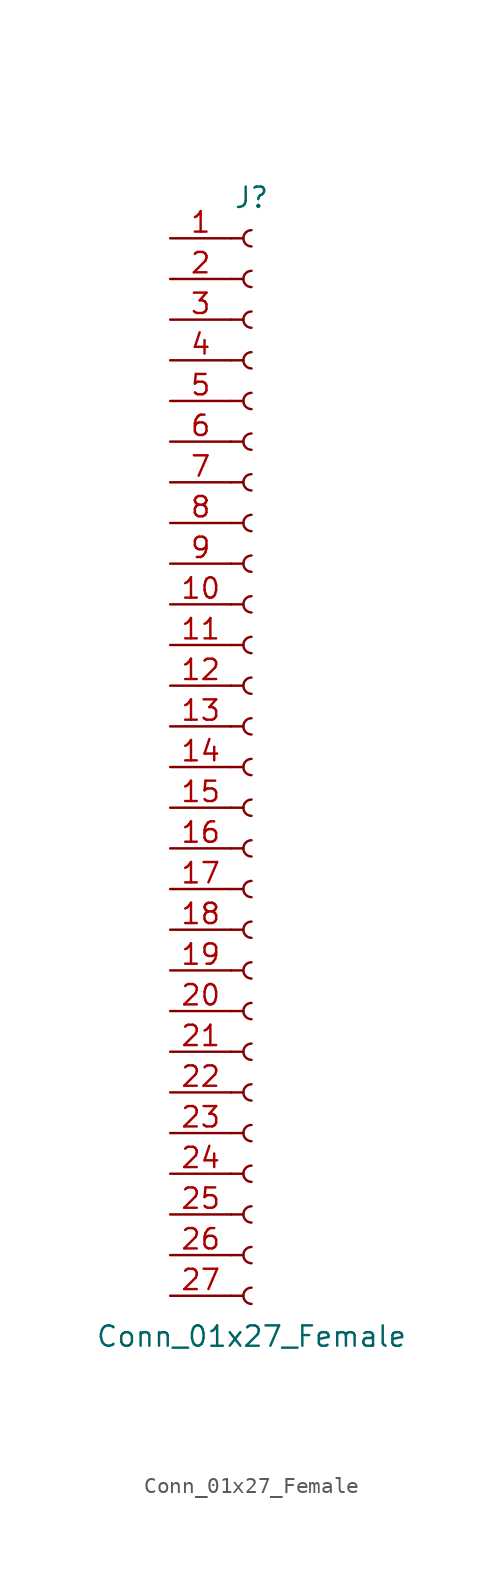
<source format=kicad_sym>
(kicad_symbol_lib
  (version 20220914)
  (generator kicad_symbol_editor)
  (symbol "Conn_01x27_Female"
    (pin_names
      (offset 1.016) hide)
    (property "Reference" "J"
      (at 0 35.56 0)
      (effects (font (size 1.27 1.27))))
    (property "Value" "Conn_01x27_Female"
      (at 0 -35.56 0)
      (effects (font (size 1.27 1.27))))
    (symbol "Conn_01x27_Female_1_1"
      (arc (start 0 -32.512) (mid -0.5058 -33.02) (end 0 -33.528) (stroke (width 0.1524) (type solid)) (fill (type none)))
      (arc (start 0 -29.972) (mid -0.5058 -30.48) (end 0 -30.988) (stroke (width 0.1524) (type solid)) (fill (type none)))
      (arc (start 0 -27.432) (mid -0.5058 -27.94) (end 0 -28.448) (stroke (width 0.1524) (type solid)) (fill (type none)))
      (arc (start 0 -24.892) (mid -0.5058 -25.4) (end 0 -25.908) (stroke (width 0.1524) (type solid)) (fill (type none)))
      (arc (start 0 -22.352) (mid -0.5058 -22.86) (end 0 -23.368) (stroke (width 0.1524) (type solid)) (fill (type none)))
      (arc (start 0 -19.812) (mid -0.5058 -20.32) (end 0 -20.828) (stroke (width 0.1524) (type solid)) (fill (type none)))
      (arc (start 0 -17.272) (mid -0.5058 -17.78) (end 0 -18.288) (stroke (width 0.1524) (type solid)) (fill (type none)))
      (arc (start 0 -14.732) (mid -0.5058 -15.24) (end 0 -15.748) (stroke (width 0.1524) (type solid)) (fill (type none)))
      (arc (start 0 -12.192) (mid -0.5058 -12.7) (end 0 -13.208) (stroke (width 0.1524) (type solid)) (fill (type none)))
      (arc (start 0 -9.652) (mid -0.5058 -10.16) (end 0 -10.668) (stroke (width 0.1524) (type solid)) (fill (type none)))
      (arc (start 0 -7.112) (mid -0.5058 -7.62) (end 0 -8.128) (stroke (width 0.1524) (type solid)) (fill (type none)))
      (arc (start 0 -4.572) (mid -0.5058 -5.08) (end 0 -5.588) (stroke (width 0.1524) (type solid)) (fill (type none)))
      (arc (start 0 -2.032) (mid -0.5058 -2.54) (end 0 -3.048) (stroke (width 0.1524) (type solid)) (fill (type none)))
      (polyline (pts (xy -1.27 -33.02) (xy -0.508 -33.02)) (stroke (width 0.152) (type solid)) (fill (type none)))
      (polyline (pts (xy -1.27 -30.48) (xy -0.508 -30.48)) (stroke (width 0.152) (type solid)) (fill (type none)))
      (polyline (pts (xy -1.27 -27.94) (xy -0.508 -27.94)) (stroke (width 0.152) (type solid)) (fill (type none)))
      (polyline (pts (xy -1.27 -25.4) (xy -0.508 -25.4)) (stroke (width 0.152) (type solid)) (fill (type none)))
      (polyline (pts (xy -1.27 -22.86) (xy -0.508 -22.86)) (stroke (width 0.152) (type solid)) (fill (type none)))
      (polyline (pts (xy -1.27 -20.32) (xy -0.508 -20.32)) (stroke (width 0.152) (type solid)) (fill (type none)))
      (polyline (pts (xy -1.27 -17.78) (xy -0.508 -17.78)) (stroke (width 0.152) (type solid)) (fill (type none)))
      (polyline (pts (xy -1.27 -15.24) (xy -0.508 -15.24)) (stroke (width 0.152) (type solid)) (fill (type none)))
      (polyline (pts (xy -1.27 -12.7) (xy -0.508 -12.7)) (stroke (width 0.152) (type solid)) (fill (type none)))
      (polyline (pts (xy -1.27 -10.16) (xy -0.508 -10.16)) (stroke (width 0.152) (type solid)) (fill (type none)))
      (polyline (pts (xy -1.27 -7.62) (xy -0.508 -7.62)) (stroke (width 0.152) (type solid)) (fill (type none)))
      (polyline (pts (xy -1.27 -5.08) (xy -0.508 -5.08)) (stroke (width 0.152) (type solid)) (fill (type none)))
      (polyline (pts (xy -1.27 -2.54) (xy -0.508 -2.54)) (stroke (width 0.152) (type solid)) (fill (type none)))
      (polyline (pts (xy -1.27 0) (xy -0.508 0)) (stroke (width 0.152) (type solid)) (fill (type none)))
      (polyline (pts (xy -1.27 2.54) (xy -0.508 2.54)) (stroke (width 0.152) (type solid)) (fill (type none)))
      (polyline (pts (xy -1.27 5.08) (xy -0.508 5.08)) (stroke (width 0.152) (type solid)) (fill (type none)))
      (polyline (pts (xy -1.27 7.62) (xy -0.508 7.62)) (stroke (width 0.152) (type solid)) (fill (type none)))
      (polyline (pts (xy -1.27 10.16) (xy -0.508 10.16)) (stroke (width 0.152) (type solid)) (fill (type none)))
      (polyline (pts (xy -1.27 12.7) (xy -0.508 12.7)) (stroke (width 0.152) (type solid)) (fill (type none)))
      (polyline (pts (xy -1.27 15.24) (xy -0.508 15.24)) (stroke (width 0.152) (type solid)) (fill (type none)))
      (polyline (pts (xy -1.27 17.78) (xy -0.508 17.78)) (stroke (width 0.152) (type solid)) (fill (type none)))
      (polyline (pts (xy -1.27 20.32) (xy -0.508 20.32)) (stroke (width 0.152) (type solid)) (fill (type none)))
      (polyline (pts (xy -1.27 22.86) (xy -0.508 22.86)) (stroke (width 0.152) (type solid)) (fill (type none)))
      (polyline (pts (xy -1.27 25.4) (xy -0.508 25.4)) (stroke (width 0.152) (type solid)) (fill (type none)))
      (polyline (pts (xy -1.27 27.94) (xy -0.508 27.94)) (stroke (width 0.152) (type solid)) (fill (type none)))
      (polyline (pts (xy -1.27 30.48) (xy -0.508 30.48)) (stroke (width 0.152) (type solid)) (fill (type none)))
      (polyline (pts (xy -1.27 33.02) (xy -0.508 33.02)) (stroke (width 0.152) (type solid)) (fill (type none)))
      (arc (start 0 0.508) (mid -0.5058 0) (end 0 -0.508) (stroke (width 0.1524) (type solid)) (fill (type none)))
      (arc (start 0 3.048) (mid -0.5058 2.54) (end 0 2.032) (stroke (width 0.1524) (type solid)) (fill (type none)))
      (arc (start 0 5.588) (mid -0.5058 5.08) (end 0 4.572) (stroke (width 0.1524) (type solid)) (fill (type none)))
      (arc (start 0 8.128) (mid -0.5058 7.62) (end 0 7.112) (stroke (width 0.1524) (type solid)) (fill (type none)))
      (arc (start 0 10.668) (mid -0.5058 10.16) (end 0 9.652) (stroke (width 0.1524) (type solid)) (fill (type none)))
      (arc (start 0 13.208) (mid -0.5058 12.7) (end 0 12.192) (stroke (width 0.1524) (type solid)) (fill (type none)))
      (arc (start 0 15.748) (mid -0.5058 15.24) (end 0 14.732) (stroke (width 0.1524) (type solid)) (fill (type none)))
      (arc (start 0 18.288) (mid -0.5058 17.78) (end 0 17.272) (stroke (width 0.1524) (type solid)) (fill (type none)))
      (arc (start 0 20.828) (mid -0.5058 20.32) (end 0 19.812) (stroke (width 0.1524) (type solid)) (fill (type none)))
      (arc (start 0 23.368) (mid -0.5058 22.86) (end 0 22.352) (stroke (width 0.1524) (type solid)) (fill (type none)))
      (arc (start 0 25.908) (mid -0.5058 25.4) (end 0 24.892) (stroke (width 0.1524) (type solid)) (fill (type none)))
      (arc (start 0 28.448) (mid -0.5058 27.94) (end 0 27.432) (stroke (width 0.1524) (type solid)) (fill (type none)))
      (arc (start 0 30.988) (mid -0.5058 30.48) (end 0 29.972) (stroke (width 0.1524) (type solid)) (fill (type none)))
      (arc (start 0 33.528) (mid -0.5058 33.02) (end 0 32.512) (stroke (width 0.1524) (type solid)) (fill (type none)))
      (pin passive line (at -5.08 33.02 0) (length 3.81) (name "Pin_1" (effects (font (size 1.27 1.27)))) (number "1" (effects (font (size 1.27 1.27)))))
      (pin passive line (at -5.08 10.16 0) (length 3.81) (name "Pin_10" (effects (font (size 1.27 1.27)))) (number "10" (effects (font (size 1.27 1.27)))))
      (pin passive line (at -5.08 7.62 0) (length 3.81) (name "Pin_11" (effects (font (size 1.27 1.27)))) (number "11" (effects (font (size 1.27 1.27)))))
      (pin passive line (at -5.08 5.08 0) (length 3.81) (name "Pin_12" (effects (font (size 1.27 1.27)))) (number "12" (effects (font (size 1.27 1.27)))))
      (pin passive line (at -5.08 2.54 0) (length 3.81) (name "Pin_13" (effects (font (size 1.27 1.27)))) (number "13" (effects (font (size 1.27 1.27)))))
      (pin passive line (at -5.08 0 0) (length 3.81) (name "Pin_14" (effects (font (size 1.27 1.27)))) (number "14" (effects (font (size 1.27 1.27)))))
      (pin passive line (at -5.08 -2.54 0) (length 3.81) (name "Pin_15" (effects (font (size 1.27 1.27)))) (number "15" (effects (font (size 1.27 1.27)))))
      (pin passive line (at -5.08 -5.08 0) (length 3.81) (name "Pin_16" (effects (font (size 1.27 1.27)))) (number "16" (effects (font (size 1.27 1.27)))))
      (pin passive line (at -5.08 -7.62 0) (length 3.81) (name "Pin_17" (effects (font (size 1.27 1.27)))) (number "17" (effects (font (size 1.27 1.27)))))
      (pin passive line (at -5.08 -10.16 0) (length 3.81) (name "Pin_18" (effects (font (size 1.27 1.27)))) (number "18" (effects (font (size 1.27 1.27)))))
      (pin passive line (at -5.08 -12.7 0) (length 3.81) (name "Pin_19" (effects (font (size 1.27 1.27)))) (number "19" (effects (font (size 1.27 1.27)))))
      (pin passive line (at -5.08 30.48 0) (length 3.81) (name "Pin_2" (effects (font (size 1.27 1.27)))) (number "2" (effects (font (size 1.27 1.27)))))
      (pin passive line (at -5.08 -15.24 0) (length 3.81) (name "Pin_20" (effects (font (size 1.27 1.27)))) (number "20" (effects (font (size 1.27 1.27)))))
      (pin passive line (at -5.08 -17.78 0) (length 3.81) (name "Pin_21" (effects (font (size 1.27 1.27)))) (number "21" (effects (font (size 1.27 1.27)))))
      (pin passive line (at -5.08 -20.32 0) (length 3.81) (name "Pin_22" (effects (font (size 1.27 1.27)))) (number "22" (effects (font (size 1.27 1.27)))))
      (pin passive line (at -5.08 -22.86 0) (length 3.81) (name "Pin_23" (effects (font (size 1.27 1.27)))) (number "23" (effects (font (size 1.27 1.27)))))
      (pin passive line (at -5.08 -25.4 0) (length 3.81) (name "Pin_24" (effects (font (size 1.27 1.27)))) (number "24" (effects (font (size 1.27 1.27)))))
      (pin passive line (at -5.08 -27.94 0) (length 3.81) (name "Pin_25" (effects (font (size 1.27 1.27)))) (number "25" (effects (font (size 1.27 1.27)))))
      (pin passive line (at -5.08 -30.48 0) (length 3.81) (name "Pin_26" (effects (font (size 1.27 1.27)))) (number "26" (effects (font (size 1.27 1.27)))))
      (pin passive line (at -5.08 -33.02 0) (length 3.81) (name "Pin_27" (effects (font (size 1.27 1.27)))) (number "27" (effects (font (size 1.27 1.27)))))
      (pin passive line (at -5.08 27.94 0) (length 3.81) (name "Pin_3" (effects (font (size 1.27 1.27)))) (number "3" (effects (font (size 1.27 1.27)))))
      (pin passive line (at -5.08 25.4 0) (length 3.81) (name "Pin_4" (effects (font (size 1.27 1.27)))) (number "4" (effects (font (size 1.27 1.27)))))
      (pin passive line (at -5.08 22.86 0) (length 3.81) (name "Pin_5" (effects (font (size 1.27 1.27)))) (number "5" (effects (font (size 1.27 1.27)))))
      (pin passive line (at -5.08 20.32 0) (length 3.81) (name "Pin_6" (effects (font (size 1.27 1.27)))) (number "6" (effects (font (size 1.27 1.27)))))
      (pin passive line (at -5.08 17.78 0) (length 3.81) (name "Pin_7" (effects (font (size 1.27 1.27)))) (number "7" (effects (font (size 1.27 1.27)))))
      (pin passive line (at -5.08 15.24 0) (length 3.81) (name "Pin_8" (effects (font (size 1.27 1.27)))) (number "8" (effects (font (size 1.27 1.27)))))
      (pin passive line (at -5.08 12.7 0) (length 3.81) (name "Pin_9" (effects (font (size 1.27 1.27)))) (number "9" (effects (font (size 1.27 1.27))))))))
</source>
